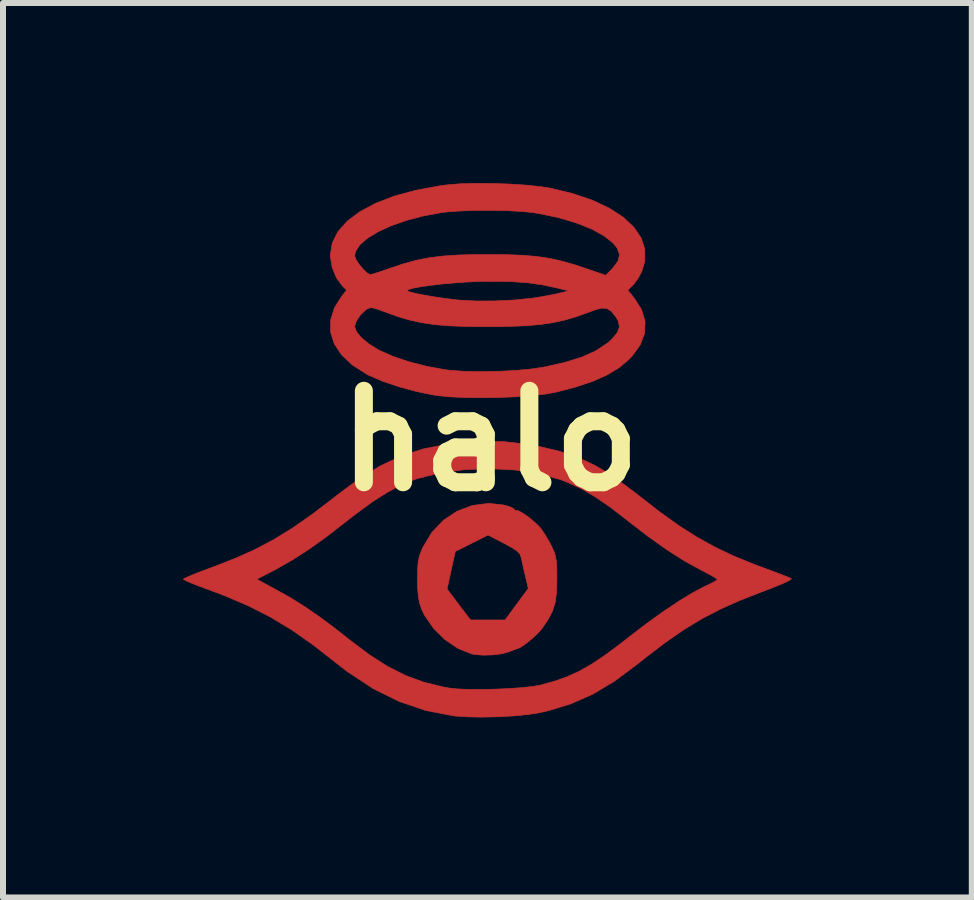
<source format=kicad_pcb>
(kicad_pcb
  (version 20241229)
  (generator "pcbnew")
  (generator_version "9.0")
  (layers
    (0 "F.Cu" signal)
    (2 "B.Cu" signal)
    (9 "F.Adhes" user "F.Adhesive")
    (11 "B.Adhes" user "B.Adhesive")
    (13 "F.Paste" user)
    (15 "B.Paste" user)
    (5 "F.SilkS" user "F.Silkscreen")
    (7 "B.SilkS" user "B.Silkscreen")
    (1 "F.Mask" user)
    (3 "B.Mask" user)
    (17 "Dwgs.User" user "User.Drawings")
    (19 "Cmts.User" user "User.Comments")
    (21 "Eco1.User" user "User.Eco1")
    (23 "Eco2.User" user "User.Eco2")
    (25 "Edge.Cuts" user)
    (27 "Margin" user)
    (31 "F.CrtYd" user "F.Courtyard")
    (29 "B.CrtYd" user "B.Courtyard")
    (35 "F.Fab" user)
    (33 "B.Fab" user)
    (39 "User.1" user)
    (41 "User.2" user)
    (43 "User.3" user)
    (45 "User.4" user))
  (footprint "halo"
    (layer "F.Cu")
    (at 5.118 4.297)
    (property "Reference" "halo" (at 0 0 0) (layer "F.SilkS") (effects (font (size 1.524 1.524) (thickness 0.3))))
    (attr through_hole)
    (fp_poly (pts (xy 0.224 1.068) (xy 0.321 1.095) (xy 0.384 1.124) (xy 0.398 1.141) (xy 0.418 1.162) (xy 0.427 1.158) (xy 0.472 1.165) (xy 0.549 1.208) (xy 0.645 1.275) (xy 0.741 1.355) (xy 0.824 1.436) (xy 0.848 1.464) (xy 0.913 1.56) (xy 0.986 1.684) (xy 1.023 1.755) (xy 1.064 1.845) (xy 1.09 1.928) (xy 1.105 2.023) (xy 1.111 2.152) (xy 1.112 2.309) (xy 1.106 2.524) (xy 1.084 2.692) (xy 1.039 2.836) (xy 0.964 2.979) (xy 0.869 3.12) (xy 0.798 3.202) (xy 0.701 3.293) (xy 0.596 3.378) (xy 0.504 3.44) (xy 0.454 3.462) (xy 0.397 3.481) (xy 0.318 3.513) (xy 0.201 3.546) (xy 0.047 3.566) (xy -0.117 3.571) (xy -0.262 3.559) (xy -0.307 3.55) (xy -0.536 3.458) (xy -0.755 3.31) (xy -0.947 3.119) (xy -1.096 2.901) (xy -1.137 2.816) (xy -1.174 2.711) (xy -1.197 2.598) (xy -1.207 2.469) (xy -0.718 2.469) (xy -0.523 2.727) (xy -0.328 2.984) (xy 0.249 2.984) (xy 0.347 2.851) (xy 0.432 2.735) (xy 0.521 2.614) (xy 0.54 2.589) (xy 0.635 2.461) (xy 0.587 2.252) (xy 0.556 2.12) (xy 0.53 2.001) (xy 0.517 1.943) (xy 0.496 1.888) (xy 0.45 1.837) (xy 0.367 1.781) (xy 0.235 1.709) (xy 0.23 1.706) (xy -0.036 1.569) (xy -0.308 1.706) (xy -0.581 1.842) (xy -0.65 2.156) (xy -0.718 2.469) (xy -1.207 2.469) (xy -1.208 2.453) (xy -1.211 2.309) (xy -1.209 2.14) (xy -1.2 2.018) (xy -1.179 1.92) (xy -1.143 1.823) (xy -1.122 1.776) (xy -0.972 1.526) (xy -0.779 1.323) (xy -0.55 1.171) (xy -0.296 1.076) (xy -0.027 1.041) (xy 0.224 1.068)) (stroke (width 0.01) (type solid)) (fill yes) (layer "F.Cu"))
    (fp_poly (pts (xy 0.225 0.012) (xy 0.703 0.067) (xy 1.158 0.173) (xy 1.578 0.328) (xy 1.743 0.408) (xy 1.88 0.487) (xy 2.049 0.598) (xy 2.234 0.728) (xy 2.414 0.863) (xy 2.471 0.908) (xy 2.82 1.179) (xy 3.137 1.407) (xy 3.439 1.6) (xy 3.738 1.766) (xy 4.05 1.915) (xy 4.39 2.054) (xy 4.542 2.111) (xy 4.705 2.171) (xy 4.846 2.224) (xy 4.953 2.266) (xy 5.013 2.292) (xy 5.021 2.296) (xy 5.003 2.315) (xy 4.932 2.352) (xy 4.816 2.402) (xy 4.665 2.463) (xy 4.512 2.521) (xy 4.152 2.662) (xy 3.828 2.807) (xy 3.525 2.965) (xy 3.23 3.144) (xy 2.926 3.354) (xy 2.599 3.603) (xy 2.435 3.733) (xy 2.07 4.005) (xy 1.713 4.219) (xy 1.349 4.38) (xy 0.963 4.498) (xy 0.817 4.531) (xy 0.627 4.56) (xy 0.392 4.583) (xy 0.132 4.597) (xy -0.131 4.603) (xy -0.376 4.599) (xy -0.582 4.585) (xy -0.607 4.582) (xy -1.071 4.493) (xy -1.518 4.342) (xy -1.953 4.126) (xy -2.383 3.842) (xy -2.573 3.694) (xy -2.952 3.398) (xy -3.309 3.148) (xy -3.66 2.936) (xy -4.024 2.751) (xy -4.417 2.582) (xy -4.681 2.483) (xy -4.838 2.425) (xy -4.97 2.373) (xy -5.064 2.332) (xy -5.11 2.308) (xy -5.112 2.305) (xy -3.89 2.305) (xy -3.583 2.471) (xy -3.333 2.611) (xy -3.096 2.758) (xy -2.856 2.923) (xy -2.596 3.116) (xy -2.341 3.317) (xy -2.013 3.564) (xy -1.708 3.759) (xy -1.411 3.909) (xy -1.108 4.02) (xy -0.785 4.1) (xy -0.678 4.119) (xy -0.544 4.133) (xy -0.362 4.141) (xy -0.147 4.142) (xy 0.082 4.137) (xy 0.311 4.127) (xy 0.523 4.112) (xy 0.701 4.093) (xy 0.83 4.071) (xy 0.83 4.071) (xy 1.067 4.006) (xy 1.28 3.931) (xy 1.482 3.84) (xy 1.686 3.724) (xy 1.907 3.577) (xy 2.156 3.392) (xy 2.291 3.286) (xy 2.588 3.058) (xy 2.875 2.851) (xy 3.143 2.672) (xy 3.381 2.527) (xy 3.581 2.422) (xy 3.606 2.411) (xy 3.702 2.365) (xy 3.767 2.327) (xy 3.785 2.31) (xy 3.757 2.286) (xy 3.683 2.241) (xy 3.575 2.183) (xy 3.528 2.159) (xy 3.244 2.004) (xy 2.946 1.815) (xy 2.623 1.585) (xy 2.278 1.318) (xy 1.997 1.101) (xy 1.747 0.93) (xy 1.516 0.796) (xy 1.29 0.691) (xy 1.161 0.642) (xy 0.804 0.544) (xy 0.409 0.484) (xy -0.006 0.463) (xy -0.426 0.479) (xy -0.83 0.533) (xy -1.203 0.625) (xy -1.262 0.644) (xy -1.481 0.733) (xy -1.711 0.855) (xy -1.961 1.014) (xy -2.24 1.218) (xy -2.402 1.344) (xy -2.727 1.596) (xy -3.02 1.806) (xy -3.297 1.984) (xy -3.571 2.14) (xy -3.629 2.17) (xy -3.89 2.305) (xy -5.112 2.305) (xy -5.113 2.304) (xy -5.083 2.286) (xy -5.001 2.249) (xy -4.877 2.199) (xy -4.722 2.14) (xy -4.613 2.1) (xy -4.249 1.958) (xy -3.917 1.809) (xy -3.603 1.643) (xy -3.293 1.452) (xy -2.97 1.227) (xy -2.62 0.96) (xy -2.557 0.909) (xy -2.186 0.634) (xy -1.83 0.416) (xy -1.476 0.25) (xy -1.109 0.132) (xy -0.714 0.054) (xy -0.277 0.012) (xy -0.266 0.012) (xy 0.225 0.012)) (stroke (width 0.01) (type solid)) (fill yes) (layer "F.Cu"))
    (fp_poly (pts (xy 0.035 -4.29) (xy 0.325 -4.28) (xy 0.602 -4.262) (xy 0.847 -4.236) (xy 1.005 -4.211) (xy 1.378 -4.121) (xy 1.707 -4.009) (xy 1.988 -3.876) (xy 2.218 -3.727) (xy 2.394 -3.561) (xy 2.515 -3.384) (xy 2.577 -3.195) (xy 2.578 -3) (xy 2.527 -2.824) (xy 2.467 -2.712) (xy 2.395 -2.613) (xy 2.379 -2.597) (xy 2.293 -2.512) (xy 2.396 -2.386) (xy 2.521 -2.191) (xy 2.581 -1.995) (xy 2.575 -1.798) (xy 2.502 -1.603) (xy 2.364 -1.412) (xy 2.31 -1.356) (xy 2.145 -1.217) (xy 1.944 -1.097) (xy 1.7 -0.989) (xy 1.405 -0.892) (xy 1.096 -0.812) (xy 0.914 -0.779) (xy 0.681 -0.753) (xy 0.413 -0.734) (xy 0.127 -0.723) (xy -0.164 -0.719) (xy -0.442 -0.723) (xy -0.694 -0.736) (xy -0.901 -0.758) (xy -0.946 -0.765) (xy -1.233 -0.824) (xy -1.519 -0.902) (xy -1.783 -0.991) (xy -2.006 -1.086) (xy -2.048 -1.107) (xy -2.29 -1.26) (xy -2.474 -1.431) (xy -2.597 -1.616) (xy -2.659 -1.811) (xy -2.659 -1.905) (xy -2.258 -1.905) (xy -2.228 -1.819) (xy -2.146 -1.72) (xy -2.022 -1.617) (xy -1.866 -1.519) (xy -1.849 -1.51) (xy -1.621 -1.409) (xy -1.348 -1.317) (xy -1.051 -1.241) (xy -0.752 -1.187) (xy -0.653 -1.175) (xy -0.426 -1.159) (xy -0.159 -1.154) (xy 0.128 -1.159) (xy 0.413 -1.173) (xy 0.674 -1.197) (xy 0.883 -1.227) (xy 1.235 -1.305) (xy 1.527 -1.396) (xy 1.765 -1.503) (xy 1.954 -1.629) (xy 2.021 -1.688) (xy 2.118 -1.801) (xy 2.154 -1.901) (xy 2.133 -2.002) (xy 2.089 -2.074) (xy 2.016 -2.162) (xy 1.945 -2.207) (xy 1.86 -2.213) (xy 1.743 -2.182) (xy 1.659 -2.151) (xy 1.447 -2.074) (xy 1.245 -2.014) (xy 1.043 -1.97) (xy 0.826 -1.938) (xy 0.582 -1.918) (xy 0.298 -1.907) (xy -0.039 -1.903) (xy -0.05 -1.903) (xy -0.389 -1.906) (xy -0.674 -1.917) (xy -0.919 -1.937) (xy -1.137 -1.969) (xy -1.339 -2.013) (xy -1.54 -2.072) (xy -1.752 -2.149) (xy -1.758 -2.151) (xy -1.88 -2.196) (xy -1.957 -2.217) (xy -2.009 -2.217) (xy -2.053 -2.196) (xy -2.072 -2.184) (xy -2.158 -2.103) (xy -2.226 -2.005) (xy -2.257 -1.915) (xy -2.258 -1.905) (xy -2.659 -1.905) (xy -2.659 -2.013) (xy -2.595 -2.217) (xy -2.476 -2.407) (xy -2.4 -2.502) (xy -1.386 -2.502) (xy -1.384 -2.5) (xy -1.34 -2.482) (xy -1.244 -2.458) (xy -1.111 -2.431) (xy -0.953 -2.404) (xy -0.786 -2.379) (xy -0.624 -2.358) (xy -0.515 -2.346) (xy -0.232 -2.331) (xy 0.086 -2.332) (xy 0.407 -2.348) (xy 0.701 -2.378) (xy 0.732 -2.382) (xy 0.883 -2.407) (xy 1.04 -2.437) (xy 1.131 -2.457) (xy 1.312 -2.5) (xy 1.129 -2.545) (xy 0.878 -2.599) (xy 0.62 -2.636) (xy 0.338 -2.655) (xy 0.016 -2.659) (xy -0.214 -2.655) (xy -0.412 -2.646) (xy -0.616 -2.631) (xy -0.815 -2.613) (xy -0.999 -2.591) (xy -1.158 -2.568) (xy -1.282 -2.545) (xy -1.362 -2.522) (xy -1.386 -2.502) (xy -2.4 -2.502) (xy -2.392 -2.513) (xy -2.461 -2.58) (xy -2.562 -2.717) (xy -2.633 -2.892) (xy -2.664 -3.077) (xy -2.664 -3.084) (xy -2.258 -3.084) (xy -2.236 -3.021) (xy -2.18 -2.937) (xy -2.11 -2.854) (xy -2.042 -2.792) (xy -1.997 -2.771) (xy -1.952 -2.782) (xy -1.861 -2.81) (xy -1.738 -2.852) (xy -1.669 -2.876) (xy -1.443 -2.952) (xy -1.229 -3.01) (xy -1.015 -3.052) (xy -0.784 -3.081) (xy -0.523 -3.098) (xy -0.218 -3.106) (xy -0.033 -3.106) (xy 0.283 -3.103) (xy 0.549 -3.093) (xy 0.778 -3.073) (xy 0.987 -3.042) (xy 1.19 -2.997) (xy 1.403 -2.937) (xy 1.603 -2.87) (xy 1.927 -2.759) (xy 2.043 -2.878) (xy 2.131 -2.996) (xy 2.156 -3.105) (xy 2.116 -3.214) (xy 2.05 -3.295) (xy 1.896 -3.418) (xy 1.686 -3.533) (xy 1.428 -3.635) (xy 1.132 -3.722) (xy 0.808 -3.789) (xy 0.724 -3.803) (xy 0.535 -3.823) (xy 0.299 -3.836) (xy 0.038 -3.842) (xy -0.23 -3.841) (xy -0.485 -3.832) (xy -0.706 -3.817) (xy -0.821 -3.803) (xy -1.119 -3.747) (xy -1.397 -3.674) (xy -1.647 -3.586) (xy -1.864 -3.487) (xy -2.04 -3.381) (xy -2.169 -3.271) (xy -2.242 -3.16) (xy -2.258 -3.084) (xy -2.664 -3.084) (xy -2.664 -3.096) (xy -2.632 -3.297) (xy -2.537 -3.485) (xy -2.383 -3.66) (xy -2.173 -3.818) (xy -1.911 -3.958) (xy -1.6 -4.078) (xy -1.242 -4.176) (xy -0.842 -4.25) (xy -0.721 -4.266) (xy -0.507 -4.284) (xy -0.248 -4.292) (xy 0.035 -4.29)) (stroke (width 0.01) (type solid)) (fill yes) (layer "F.Cu"))
    (fp_poly (pts (xy 0.224 1.068) (xy 0.321 1.095) (xy 0.384 1.124) (xy 0.398 1.141) (xy 0.418 1.162) (xy 0.427 1.158) (xy 0.472 1.165) (xy 0.549 1.208) (xy 0.645 1.275) (xy 0.741 1.355) (xy 0.824 1.436) (xy 0.848 1.464) (xy 0.913 1.56) (xy 0.986 1.684) (xy 1.023 1.755) (xy 1.064 1.845) (xy 1.09 1.928) (xy 1.105 2.023) (xy 1.111 2.152) (xy 1.112 2.309) (xy 1.106 2.524) (xy 1.084 2.692) (xy 1.039 2.836) (xy 0.964 2.979) (xy 0.869 3.12) (xy 0.798 3.202) (xy 0.701 3.293) (xy 0.596 3.378) (xy 0.504 3.44) (xy 0.454 3.462) (xy 0.397 3.481) (xy 0.318 3.513) (xy 0.201 3.546) (xy 0.047 3.566) (xy -0.117 3.571) (xy -0.262 3.559) (xy -0.307 3.55) (xy -0.536 3.458) (xy -0.755 3.31) (xy -0.947 3.119) (xy -1.096 2.901) (xy -1.137 2.816) (xy -1.174 2.711) (xy -1.197 2.598) (xy -1.207 2.469) (xy -0.718 2.469) (xy -0.523 2.727) (xy -0.328 2.984) (xy 0.249 2.984) (xy 0.347 2.851) (xy 0.432 2.735) (xy 0.521 2.614) (xy 0.54 2.589) (xy 0.635 2.461) (xy 0.587 2.252) (xy 0.556 2.12) (xy 0.53 2.001) (xy 0.517 1.943) (xy 0.496 1.888) (xy 0.45 1.837) (xy 0.367 1.781) (xy 0.235 1.709) (xy 0.23 1.706) (xy -0.036 1.569) (xy -0.308 1.706) (xy -0.581 1.842) (xy -0.65 2.156) (xy -0.718 2.469) (xy -1.207 2.469) (xy -1.208 2.453) (xy -1.211 2.309) (xy -1.209 2.14) (xy -1.2 2.018) (xy -1.179 1.92) (xy -1.143 1.823) (xy -1.122 1.776) (xy -0.972 1.526) (xy -0.779 1.323) (xy -0.55 1.171) (xy -0.296 1.076) (xy -0.027 1.041) (xy 0.224 1.068)) (stroke (width 0.01) (type solid)) (fill yes) (layer "F.Mask"))
    (fp_poly (pts (xy 0.225 0.012) (xy 0.703 0.067) (xy 1.158 0.173) (xy 1.578 0.328) (xy 1.743 0.408) (xy 1.88 0.487) (xy 2.049 0.598) (xy 2.234 0.728) (xy 2.414 0.863) (xy 2.471 0.908) (xy 2.82 1.179) (xy 3.137 1.407) (xy 3.439 1.6) (xy 3.738 1.766) (xy 4.05 1.915) (xy 4.39 2.054) (xy 4.542 2.111) (xy 4.705 2.171) (xy 4.846 2.224) (xy 4.953 2.266) (xy 5.013 2.292) (xy 5.021 2.296) (xy 5.003 2.315) (xy 4.932 2.352) (xy 4.816 2.402) (xy 4.665 2.463) (xy 4.512 2.521) (xy 4.152 2.662) (xy 3.828 2.807) (xy 3.525 2.965) (xy 3.23 3.144) (xy 2.926 3.354) (xy 2.599 3.603) (xy 2.435 3.733) (xy 2.07 4.005) (xy 1.713 4.219) (xy 1.349 4.38) (xy 0.963 4.498) (xy 0.817 4.531) (xy 0.627 4.56) (xy 0.392 4.583) (xy 0.132 4.597) (xy -0.131 4.603) (xy -0.376 4.599) (xy -0.582 4.585) (xy -0.607 4.582) (xy -1.071 4.493) (xy -1.518 4.342) (xy -1.953 4.126) (xy -2.383 3.842) (xy -2.573 3.694) (xy -2.952 3.398) (xy -3.309 3.148) (xy -3.66 2.936) (xy -4.024 2.751) (xy -4.417 2.582) (xy -4.681 2.483) (xy -4.838 2.425) (xy -4.97 2.373) (xy -5.064 2.332) (xy -5.11 2.308) (xy -5.112 2.305) (xy -3.89 2.305) (xy -3.583 2.471) (xy -3.333 2.611) (xy -3.096 2.758) (xy -2.856 2.923) (xy -2.596 3.116) (xy -2.341 3.317) (xy -2.013 3.564) (xy -1.708 3.759) (xy -1.411 3.909) (xy -1.108 4.02) (xy -0.785 4.1) (xy -0.678 4.119) (xy -0.544 4.133) (xy -0.362 4.141) (xy -0.147 4.142) (xy 0.082 4.137) (xy 0.311 4.127) (xy 0.523 4.112) (xy 0.701 4.093) (xy 0.83 4.071) (xy 0.83 4.071) (xy 1.067 4.006) (xy 1.28 3.931) (xy 1.482 3.84) (xy 1.686 3.724) (xy 1.907 3.577) (xy 2.156 3.392) (xy 2.291 3.286) (xy 2.588 3.058) (xy 2.875 2.851) (xy 3.143 2.672) (xy 3.381 2.527) (xy 3.581 2.422) (xy 3.606 2.411) (xy 3.702 2.365) (xy 3.767 2.327) (xy 3.785 2.31) (xy 3.757 2.286) (xy 3.683 2.241) (xy 3.575 2.183) (xy 3.528 2.159) (xy 3.244 2.004) (xy 2.946 1.815) (xy 2.623 1.585) (xy 2.278 1.318) (xy 1.997 1.101) (xy 1.747 0.93) (xy 1.516 0.796) (xy 1.29 0.691) (xy 1.161 0.642) (xy 0.804 0.544) (xy 0.409 0.484) (xy -0.006 0.463) (xy -0.426 0.479) (xy -0.83 0.533) (xy -1.203 0.625) (xy -1.262 0.644) (xy -1.481 0.733) (xy -1.711 0.855) (xy -1.961 1.014) (xy -2.24 1.218) (xy -2.402 1.344) (xy -2.727 1.596) (xy -3.02 1.806) (xy -3.297 1.984) (xy -3.571 2.14) (xy -3.629 2.17) (xy -3.89 2.305) (xy -5.112 2.305) (xy -5.113 2.304) (xy -5.083 2.286) (xy -5.001 2.249) (xy -4.877 2.199) (xy -4.722 2.14) (xy -4.613 2.1) (xy -4.249 1.958) (xy -3.917 1.809) (xy -3.603 1.643) (xy -3.293 1.452) (xy -2.97 1.227) (xy -2.62 0.96) (xy -2.557 0.909) (xy -2.186 0.634) (xy -1.83 0.416) (xy -1.476 0.25) (xy -1.109 0.132) (xy -0.714 0.054) (xy -0.277 0.012) (xy -0.266 0.012) (xy 0.225 0.012)) (stroke (width 0.01) (type solid)) (fill yes) (layer "F.Mask"))
    (fp_poly (pts (xy 0.035 -4.29) (xy 0.325 -4.28) (xy 0.602 -4.262) (xy 0.847 -4.236) (xy 1.005 -4.211) (xy 1.378 -4.121) (xy 1.707 -4.009) (xy 1.988 -3.876) (xy 2.218 -3.727) (xy 2.394 -3.561) (xy 2.515 -3.384) (xy 2.577 -3.195) (xy 2.578 -3) (xy 2.527 -2.824) (xy 2.467 -2.712) (xy 2.395 -2.613) (xy 2.379 -2.597) (xy 2.293 -2.512) (xy 2.396 -2.386) (xy 2.521 -2.191) (xy 2.581 -1.995) (xy 2.575 -1.798) (xy 2.502 -1.603) (xy 2.364 -1.412) (xy 2.31 -1.356) (xy 2.145 -1.217) (xy 1.944 -1.097) (xy 1.7 -0.989) (xy 1.405 -0.892) (xy 1.096 -0.812) (xy 0.914 -0.779) (xy 0.681 -0.753) (xy 0.413 -0.734) (xy 0.127 -0.723) (xy -0.164 -0.719) (xy -0.442 -0.723) (xy -0.694 -0.736) (xy -0.901 -0.758) (xy -0.946 -0.765) (xy -1.233 -0.824) (xy -1.519 -0.902) (xy -1.783 -0.991) (xy -2.006 -1.086) (xy -2.048 -1.107) (xy -2.29 -1.26) (xy -2.474 -1.431) (xy -2.597 -1.616) (xy -2.659 -1.811) (xy -2.659 -1.905) (xy -2.258 -1.905) (xy -2.228 -1.819) (xy -2.146 -1.72) (xy -2.022 -1.617) (xy -1.866 -1.519) (xy -1.849 -1.51) (xy -1.621 -1.409) (xy -1.348 -1.317) (xy -1.051 -1.241) (xy -0.752 -1.187) (xy -0.653 -1.175) (xy -0.426 -1.159) (xy -0.159 -1.154) (xy 0.128 -1.159) (xy 0.413 -1.173) (xy 0.674 -1.197) (xy 0.883 -1.227) (xy 1.235 -1.305) (xy 1.527 -1.396) (xy 1.765 -1.503) (xy 1.954 -1.629) (xy 2.021 -1.688) (xy 2.118 -1.801) (xy 2.154 -1.901) (xy 2.133 -2.002) (xy 2.089 -2.074) (xy 2.016 -2.162) (xy 1.945 -2.207) (xy 1.86 -2.213) (xy 1.743 -2.182) (xy 1.659 -2.151) (xy 1.447 -2.074) (xy 1.245 -2.014) (xy 1.043 -1.97) (xy 0.826 -1.938) (xy 0.582 -1.918) (xy 0.298 -1.907) (xy -0.039 -1.903) (xy -0.05 -1.903) (xy -0.389 -1.906) (xy -0.674 -1.917) (xy -0.919 -1.937) (xy -1.137 -1.969) (xy -1.339 -2.013) (xy -1.54 -2.072) (xy -1.752 -2.149) (xy -1.758 -2.151) (xy -1.88 -2.196) (xy -1.957 -2.217) (xy -2.009 -2.217) (xy -2.053 -2.196) (xy -2.072 -2.184) (xy -2.158 -2.103) (xy -2.226 -2.005) (xy -2.257 -1.915) (xy -2.258 -1.905) (xy -2.659 -1.905) (xy -2.659 -2.013) (xy -2.595 -2.217) (xy -2.476 -2.407) (xy -2.4 -2.502) (xy -1.386 -2.502) (xy -1.384 -2.5) (xy -1.34 -2.482) (xy -1.244 -2.458) (xy -1.111 -2.431) (xy -0.953 -2.404) (xy -0.786 -2.379) (xy -0.624 -2.358) (xy -0.515 -2.346) (xy -0.232 -2.331) (xy 0.086 -2.332) (xy 0.407 -2.348) (xy 0.701 -2.378) (xy 0.732 -2.382) (xy 0.883 -2.407) (xy 1.04 -2.437) (xy 1.131 -2.457) (xy 1.312 -2.5) (xy 1.129 -2.545) (xy 0.878 -2.599) (xy 0.62 -2.636) (xy 0.338 -2.655) (xy 0.016 -2.659) (xy -0.214 -2.655) (xy -0.412 -2.646) (xy -0.616 -2.631) (xy -0.815 -2.613) (xy -0.999 -2.591) (xy -1.158 -2.568) (xy -1.282 -2.545) (xy -1.362 -2.522) (xy -1.386 -2.502) (xy -2.4 -2.502) (xy -2.392 -2.513) (xy -2.461 -2.58) (xy -2.562 -2.717) (xy -2.633 -2.892) (xy -2.664 -3.077) (xy -2.664 -3.084) (xy -2.258 -3.084) (xy -2.236 -3.021) (xy -2.18 -2.937) (xy -2.11 -2.854) (xy -2.042 -2.792) (xy -1.997 -2.771) (xy -1.952 -2.782) (xy -1.861 -2.81) (xy -1.738 -2.852) (xy -1.669 -2.876) (xy -1.443 -2.952) (xy -1.229 -3.01) (xy -1.015 -3.052) (xy -0.784 -3.081) (xy -0.523 -3.098) (xy -0.218 -3.106) (xy -0.033 -3.106) (xy 0.283 -3.103) (xy 0.549 -3.093) (xy 0.778 -3.073) (xy 0.987 -3.042) (xy 1.19 -2.997) (xy 1.403 -2.937) (xy 1.603 -2.87) (xy 1.927 -2.759) (xy 2.043 -2.878) (xy 2.131 -2.996) (xy 2.156 -3.105) (xy 2.116 -3.214) (xy 2.05 -3.295) (xy 1.896 -3.418) (xy 1.686 -3.533) (xy 1.428 -3.635) (xy 1.132 -3.722) (xy 0.808 -3.789) (xy 0.724 -3.803) (xy 0.535 -3.823) (xy 0.299 -3.836) (xy 0.038 -3.842) (xy -0.23 -3.841) (xy -0.485 -3.832) (xy -0.706 -3.817) (xy -0.821 -3.803) (xy -1.119 -3.747) (xy -1.397 -3.674) (xy -1.647 -3.586) (xy -1.864 -3.487) (xy -2.04 -3.381) (xy -2.169 -3.271) (xy -2.242 -3.16) (xy -2.258 -3.084) (xy -2.664 -3.084) (xy -2.664 -3.096) (xy -2.632 -3.297) (xy -2.537 -3.485) (xy -2.383 -3.66) (xy -2.173 -3.818) (xy -1.911 -3.958) (xy -1.6 -4.078) (xy -1.242 -4.176) (xy -0.842 -4.25) (xy -0.721 -4.266) (xy -0.507 -4.284) (xy -0.248 -4.292) (xy 0.035 -4.29)) (stroke (width 0.01) (type solid)) (fill yes) (layer "F.Mask")))
  (gr_rect
    (start -3 -3)
    (end 13.144 11.905)
    (stroke (width 0.1) (type default))
    (fill no)
    (layer "Edge.Cuts")))
</source>
